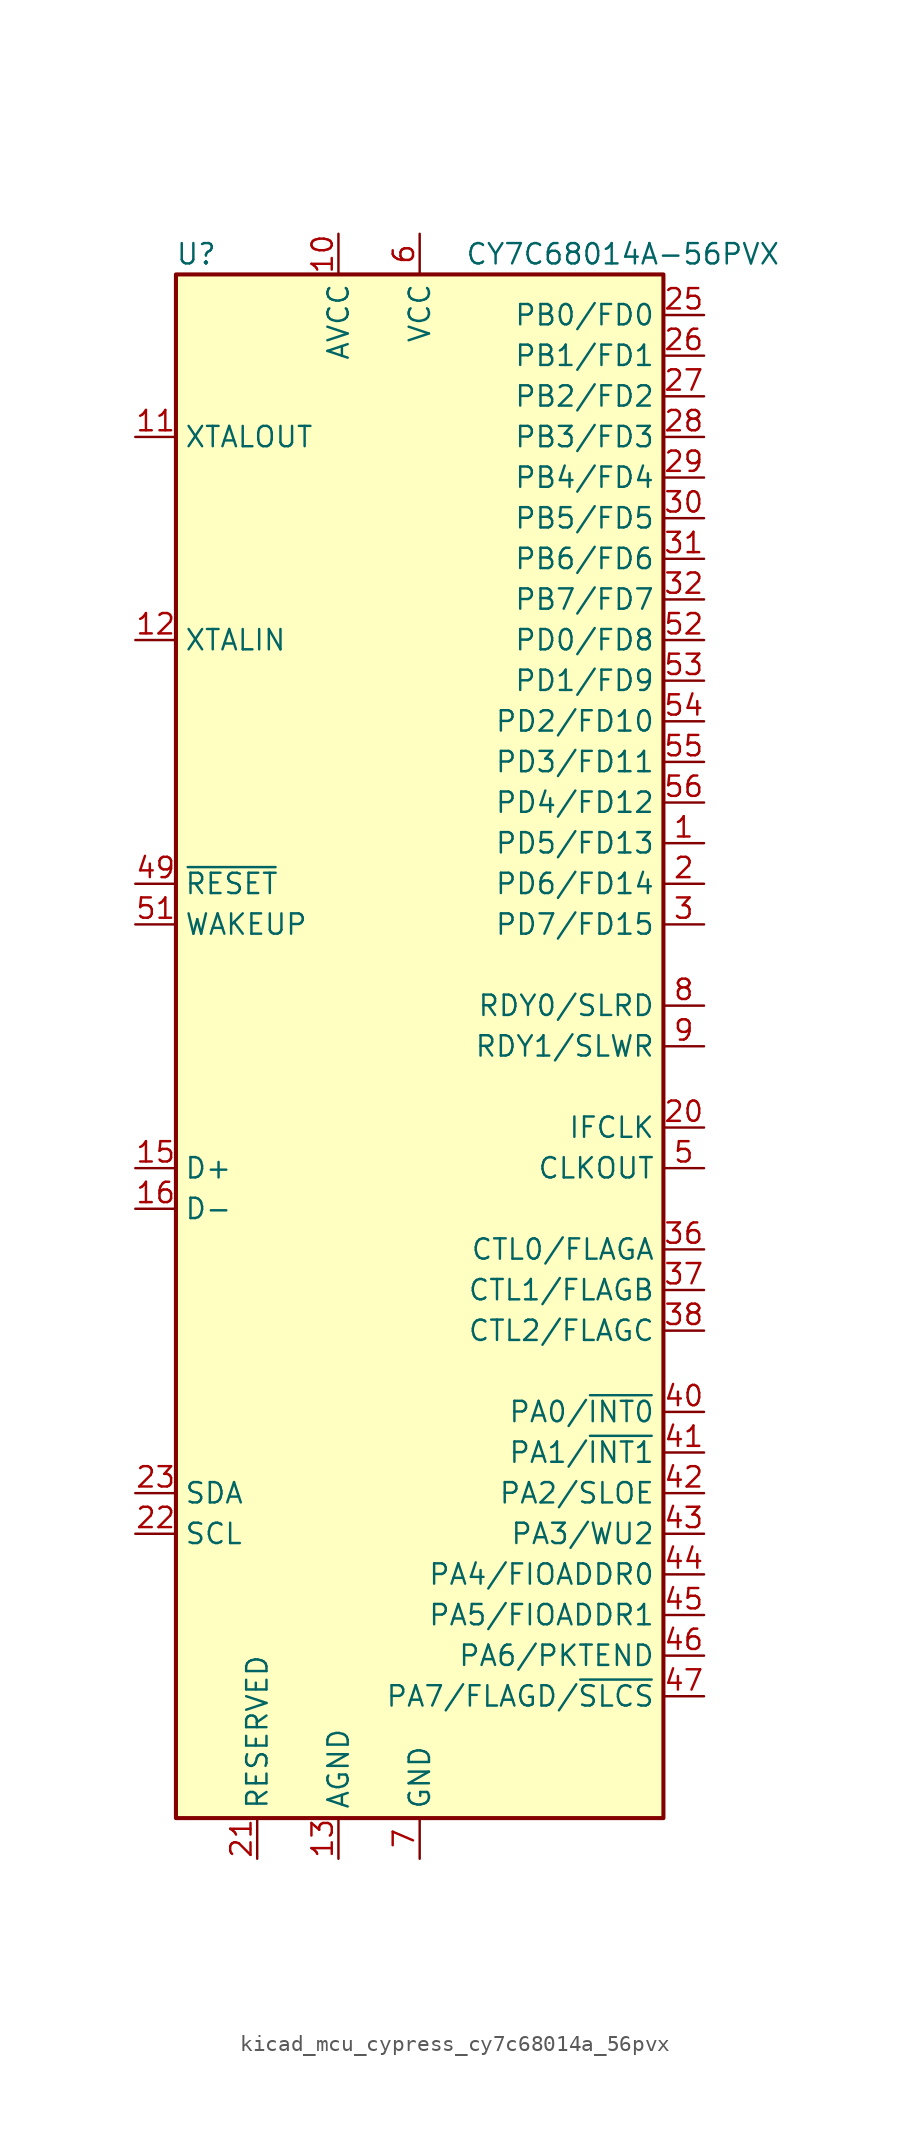
<source format=kicad_sym>
(kicad_symbol_lib
  (version 20220914)
  (generator kicad_symbol_editor)
  (symbol "kicad_mcu_cypress_cy7c68014a_56pvx"
    (property "Reference" "U"
      (at -13.97 49.53 0)
      (effects (font (size 1.27 1.27))))
    (property "Value" "CY7C68014A-56PVX"
      (at 12.7 49.53 0)
      (effects (font (size 1.27 1.27))))
    (symbol "kicad_mcu_cypress_cy7c68014a_56pvx_0_1"
      (rectangle (start 15.24 -48.26) (end -15.24 48.26) (stroke (width 0.254) (type default)) (fill (type background))))
    (symbol "kicad_mcu_cypress_cy7c68014a_56pvx_1_1"
      (pin bidirectional line (at 17.78 12.7 180) (length 2.54) (name "PD5/FD13" (effects (font (size 1.27 1.27)))) (number "1" (effects (font (size 1.27 1.27)))))
      (pin power_in line (at -5.08 50.8 270) (length 2.54) (name "AVCC" (effects (font (size 1.27 1.27)))) (number "10" (effects (font (size 1.27 1.27)))))
      (pin output line (at -17.78 38.1 0) (length 2.54) (name "XTALOUT" (effects (font (size 1.27 1.27)))) (number "11" (effects (font (size 1.27 1.27)))))
      (pin input line (at -17.78 25.4 0) (length 2.54) (name "XTALIN" (effects (font (size 1.27 1.27)))) (number "12" (effects (font (size 1.27 1.27)))))
      (pin power_in line (at -5.08 -50.8 90) (length 2.54) (name "AGND" (effects (font (size 1.27 1.27)))) (number "13" (effects (font (size 1.27 1.27)))))
      (pin passive line (at -5.08 50.8 270) (length 2.54) hide (name "AVCC" (effects (font (size 1.27 1.27)))) (number "14" (effects (font (size 1.27 1.27)))))
      (pin bidirectional line (at -17.78 -7.62 0) (length 2.54) (name "D+" (effects (font (size 1.27 1.27)))) (number "15" (effects (font (size 1.27 1.27)))))
      (pin bidirectional line (at -17.78 -10.16 0) (length 2.54) (name "D-" (effects (font (size 1.27 1.27)))) (number "16" (effects (font (size 1.27 1.27)))))
      (pin passive line (at -5.08 -50.8 90) (length 2.54) hide (name "AGND" (effects (font (size 1.27 1.27)))) (number "17" (effects (font (size 1.27 1.27)))))
      (pin passive line (at 0 50.8 270) (length 2.54) hide (name "VCC" (effects (font (size 1.27 1.27)))) (number "18" (effects (font (size 1.27 1.27)))))
      (pin passive line (at 0 -50.8 90) (length 2.54) hide (name "GND" (effects (font (size 1.27 1.27)))) (number "19" (effects (font (size 1.27 1.27)))))
      (pin bidirectional line (at 17.78 10.16 180) (length 2.54) (name "PD6/FD14" (effects (font (size 1.27 1.27)))) (number "2" (effects (font (size 1.27 1.27)))))
      (pin bidirectional line (at 17.78 -5.08 180) (length 2.54) (name "IFCLK" (effects (font (size 1.27 1.27)))) (number "20" (effects (font (size 1.27 1.27)))))
      (pin input line (at -10.16 -50.8 90) (length 2.54) (name "RESERVED" (effects (font (size 1.27 1.27)))) (number "21" (effects (font (size 1.27 1.27)))))
      (pin input line (at -17.78 -30.48 0) (length 2.54) (name "SCL" (effects (font (size 1.27 1.27)))) (number "22" (effects (font (size 1.27 1.27)))))
      (pin bidirectional line (at -17.78 -27.94 0) (length 2.54) (name "SDA" (effects (font (size 1.27 1.27)))) (number "23" (effects (font (size 1.27 1.27)))))
      (pin passive line (at 0 50.8 270) (length 2.54) hide (name "VCC" (effects (font (size 1.27 1.27)))) (number "24" (effects (font (size 1.27 1.27)))))
      (pin bidirectional line (at 17.78 45.72 180) (length 2.54) (name "PB0/FD0" (effects (font (size 1.27 1.27)))) (number "25" (effects (font (size 1.27 1.27)))))
      (pin bidirectional line (at 17.78 43.18 180) (length 2.54) (name "PB1/FD1" (effects (font (size 1.27 1.27)))) (number "26" (effects (font (size 1.27 1.27)))))
      (pin bidirectional line (at 17.78 40.64 180) (length 2.54) (name "PB2/FD2" (effects (font (size 1.27 1.27)))) (number "27" (effects (font (size 1.27 1.27)))))
      (pin bidirectional line (at 17.78 38.1 180) (length 2.54) (name "PB3/FD3" (effects (font (size 1.27 1.27)))) (number "28" (effects (font (size 1.27 1.27)))))
      (pin bidirectional line (at 17.78 35.56 180) (length 2.54) (name "PB4/FD4" (effects (font (size 1.27 1.27)))) (number "29" (effects (font (size 1.27 1.27)))))
      (pin bidirectional line (at 17.78 7.62 180) (length 2.54) (name "PD7/FD15" (effects (font (size 1.27 1.27)))) (number "3" (effects (font (size 1.27 1.27)))))
      (pin bidirectional line (at 17.78 33.02 180) (length 2.54) (name "PB5/FD5" (effects (font (size 1.27 1.27)))) (number "30" (effects (font (size 1.27 1.27)))))
      (pin bidirectional line (at 17.78 30.48 180) (length 2.54) (name "PB6/FD6" (effects (font (size 1.27 1.27)))) (number "31" (effects (font (size 1.27 1.27)))))
      (pin bidirectional line (at 17.78 27.94 180) (length 2.54) (name "PB7/FD7" (effects (font (size 1.27 1.27)))) (number "32" (effects (font (size 1.27 1.27)))))
      (pin passive line (at 0 -50.8 90) (length 2.54) hide (name "GND" (effects (font (size 1.27 1.27)))) (number "33" (effects (font (size 1.27 1.27)))))
      (pin passive line (at 0 50.8 270) (length 2.54) hide (name "VCC" (effects (font (size 1.27 1.27)))) (number "34" (effects (font (size 1.27 1.27)))))
      (pin passive line (at 0 -50.8 90) (length 2.54) hide (name "GND" (effects (font (size 1.27 1.27)))) (number "35" (effects (font (size 1.27 1.27)))))
      (pin output line (at 17.78 -12.7 180) (length 2.54) (name "CTL0/FLAGA" (effects (font (size 1.27 1.27)))) (number "36" (effects (font (size 1.27 1.27)))))
      (pin output line (at 17.78 -15.24 180) (length 2.54) (name "CTL1/FLAGB" (effects (font (size 1.27 1.27)))) (number "37" (effects (font (size 1.27 1.27)))))
      (pin output line (at 17.78 -17.78 180) (length 2.54) (name "CTL2/FLAGC" (effects (font (size 1.27 1.27)))) (number "38" (effects (font (size 1.27 1.27)))))
      (pin passive line (at 0 50.8 270) (length 2.54) hide (name "VCC" (effects (font (size 1.27 1.27)))) (number "39" (effects (font (size 1.27 1.27)))))
      (pin passive line (at 0 -50.8 90) (length 2.54) hide (name "GND" (effects (font (size 1.27 1.27)))) (number "4" (effects (font (size 1.27 1.27)))))
      (pin bidirectional line (at 17.78 -22.86 180) (length 2.54) (name "PA0/~{INT0}" (effects (font (size 1.27 1.27)))) (number "40" (effects (font (size 1.27 1.27)))))
      (pin bidirectional line (at 17.78 -25.4 180) (length 2.54) (name "PA1/~{INT1}" (effects (font (size 1.27 1.27)))) (number "41" (effects (font (size 1.27 1.27)))))
      (pin bidirectional line (at 17.78 -27.94 180) (length 2.54) (name "PA2/SLOE" (effects (font (size 1.27 1.27)))) (number "42" (effects (font (size 1.27 1.27)))))
      (pin bidirectional line (at 17.78 -30.48 180) (length 2.54) (name "PA3/WU2" (effects (font (size 1.27 1.27)))) (number "43" (effects (font (size 1.27 1.27)))))
      (pin bidirectional line (at 17.78 -33.02 180) (length 2.54) (name "PA4/FIOADDR0" (effects (font (size 1.27 1.27)))) (number "44" (effects (font (size 1.27 1.27)))))
      (pin bidirectional line (at 17.78 -35.56 180) (length 2.54) (name "PA5/FIOADDR1" (effects (font (size 1.27 1.27)))) (number "45" (effects (font (size 1.27 1.27)))))
      (pin bidirectional line (at 17.78 -38.1 180) (length 2.54) (name "PA6/PKTEND" (effects (font (size 1.27 1.27)))) (number "46" (effects (font (size 1.27 1.27)))))
      (pin bidirectional line (at 17.78 -40.64 180) (length 2.54) (name "PA7/FLAGD/~{SLCS}" (effects (font (size 1.27 1.27)))) (number "47" (effects (font (size 1.27 1.27)))))
      (pin passive line (at 0 -50.8 90) (length 2.54) hide (name "GND" (effects (font (size 1.27 1.27)))) (number "48" (effects (font (size 1.27 1.27)))))
      (pin input line (at -17.78 10.16 0) (length 2.54) (name "~{RESET}" (effects (font (size 1.27 1.27)))) (number "49" (effects (font (size 1.27 1.27)))))
      (pin output line (at 17.78 -7.62 180) (length 2.54) (name "CLKOUT" (effects (font (size 1.27 1.27)))) (number "5" (effects (font (size 1.27 1.27)))))
      (pin passive line (at 0 50.8 270) (length 2.54) hide (name "VCC" (effects (font (size 1.27 1.27)))) (number "50" (effects (font (size 1.27 1.27)))))
      (pin input line (at -17.78 7.62 0) (length 2.54) (name "WAKEUP" (effects (font (size 1.27 1.27)))) (number "51" (effects (font (size 1.27 1.27)))))
      (pin bidirectional line (at 17.78 25.4 180) (length 2.54) (name "PD0/FD8" (effects (font (size 1.27 1.27)))) (number "52" (effects (font (size 1.27 1.27)))))
      (pin bidirectional line (at 17.78 22.86 180) (length 2.54) (name "PD1/FD9" (effects (font (size 1.27 1.27)))) (number "53" (effects (font (size 1.27 1.27)))))
      (pin bidirectional line (at 17.78 20.32 180) (length 2.54) (name "PD2/FD10" (effects (font (size 1.27 1.27)))) (number "54" (effects (font (size 1.27 1.27)))))
      (pin bidirectional line (at 17.78 17.78 180) (length 2.54) (name "PD3/FD11" (effects (font (size 1.27 1.27)))) (number "55" (effects (font (size 1.27 1.27)))))
      (pin bidirectional line (at 17.78 15.24 180) (length 2.54) (name "PD4/FD12" (effects (font (size 1.27 1.27)))) (number "56" (effects (font (size 1.27 1.27)))))
      (pin power_in line (at 0 50.8 270) (length 2.54) (name "VCC" (effects (font (size 1.27 1.27)))) (number "6" (effects (font (size 1.27 1.27)))))
      (pin power_in line (at 0 -50.8 90) (length 2.54) (name "GND" (effects (font (size 1.27 1.27)))) (number "7" (effects (font (size 1.27 1.27)))))
      (pin input line (at 17.78 2.54 180) (length 2.54) (name "RDY0/SLRD" (effects (font (size 1.27 1.27)))) (number "8" (effects (font (size 1.27 1.27)))))
      (pin input line (at 17.78 0 180) (length 2.54) (name "RDY1/SLWR" (effects (font (size 1.27 1.27)))) (number "9" (effects (font (size 1.27 1.27))))))))
</source>
